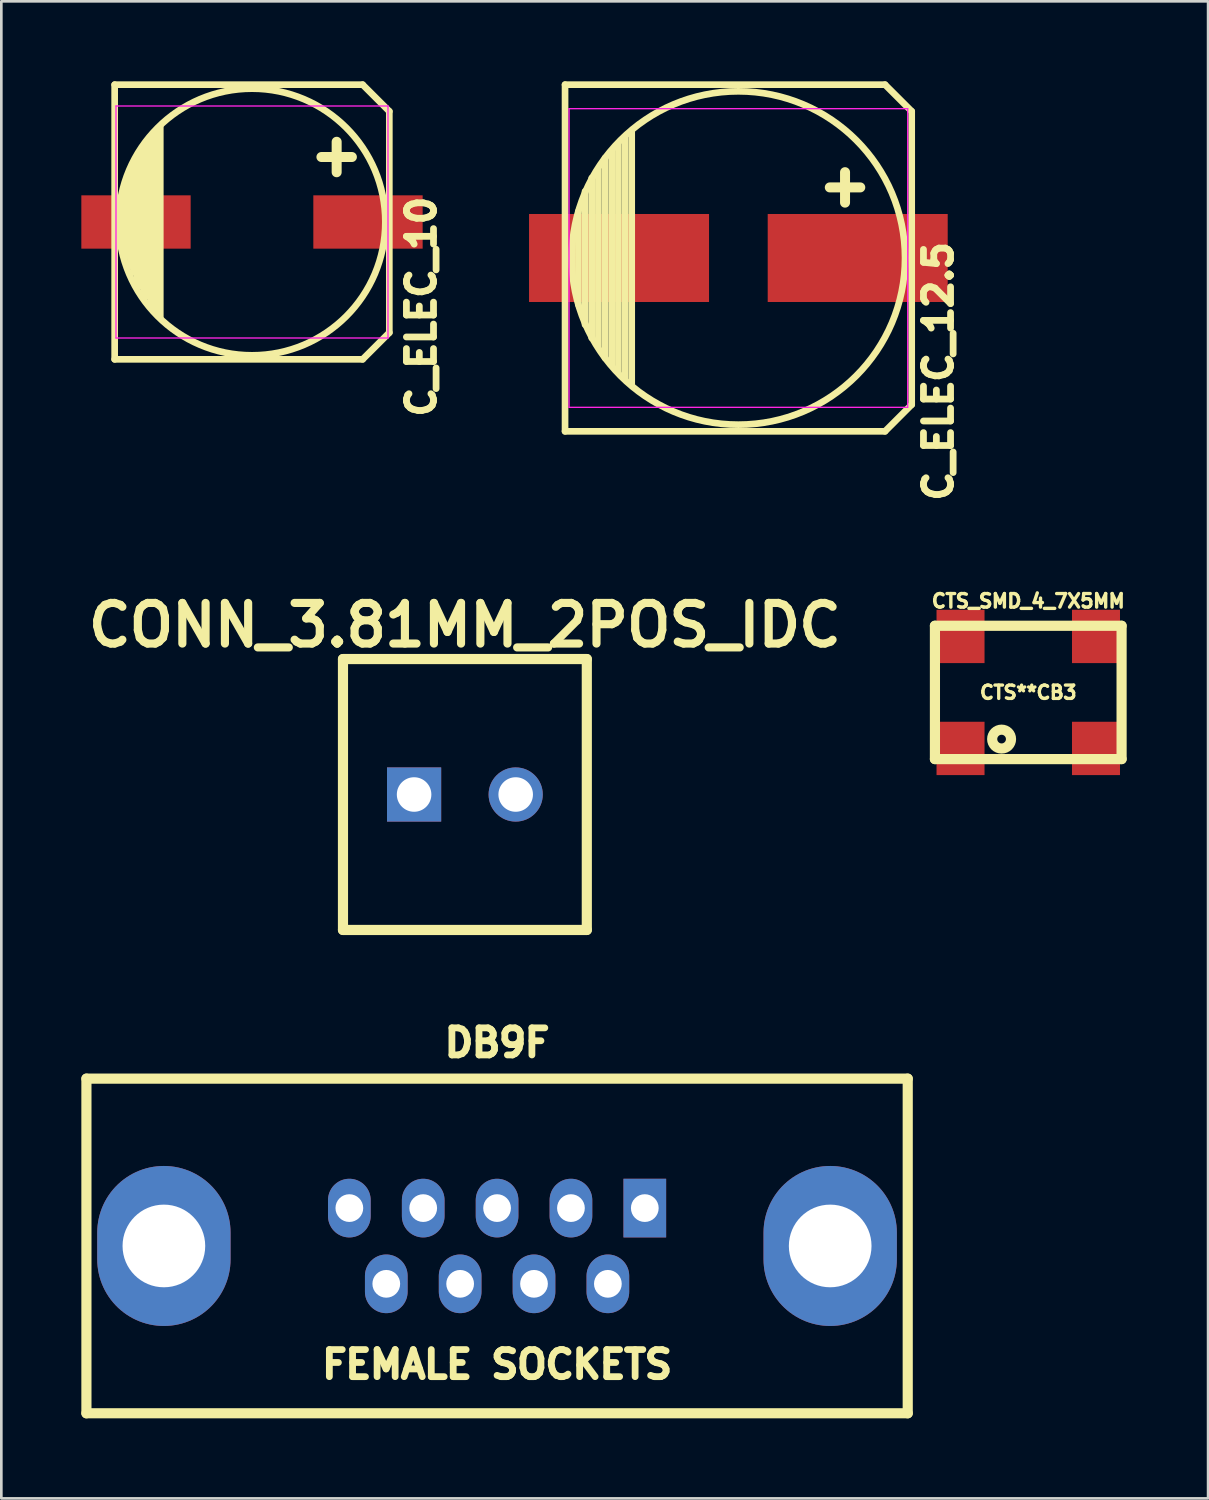
<source format=kicad_pcb>
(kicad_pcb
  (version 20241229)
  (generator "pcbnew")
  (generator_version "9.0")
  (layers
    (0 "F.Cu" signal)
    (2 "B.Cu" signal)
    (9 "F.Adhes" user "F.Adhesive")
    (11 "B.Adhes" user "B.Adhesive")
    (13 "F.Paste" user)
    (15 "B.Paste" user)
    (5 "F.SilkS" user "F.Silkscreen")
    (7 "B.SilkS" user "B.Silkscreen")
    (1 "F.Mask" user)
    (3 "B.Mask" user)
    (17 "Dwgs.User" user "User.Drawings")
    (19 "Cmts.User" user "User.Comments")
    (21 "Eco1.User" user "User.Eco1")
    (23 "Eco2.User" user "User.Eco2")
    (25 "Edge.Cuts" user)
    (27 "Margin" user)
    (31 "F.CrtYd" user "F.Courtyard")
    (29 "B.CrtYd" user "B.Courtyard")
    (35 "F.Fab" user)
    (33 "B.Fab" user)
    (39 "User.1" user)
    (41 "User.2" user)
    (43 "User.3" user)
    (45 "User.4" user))
  (footprint "CTS_SMD_4_7X5MM"
    (layer "F.Cu")
    (at 35.511 22.917)
    (property "Reference" "CTS_SMD_4_7X5MM" (at 0 -3.429 0) (layer "F.SilkS") (effects (font (size 0.508 0.508) (thickness 0.127))))
    (attr through_hole)
    (fp_line (start -3.5 -2.5) (end -3.5 2.5) (stroke (width 0.381) (type solid)) (layer "F.SilkS"))
    (fp_line (start -3.5 2.5) (end 3.5 2.5) (stroke (width 0.381) (type solid)) (layer "F.SilkS"))
    (fp_line (start 3.5 -2.5) (end -3.5 -2.5) (stroke (width 0.381) (type solid)) (layer "F.SilkS"))
    (fp_line (start 3.5 2.5) (end 3.5 -2.5) (stroke (width 0.381) (type solid)) (layer "F.SilkS"))
    (fp_circle (center -1 1.75) (end -0.75 1.5) (stroke (width 0.381) (type solid)) (fill no) (layer "F.SilkS"))
    (fp_text user "CTS**CB3" (at 0 0 0) (layer "F.SilkS") (effects (font (size 0.5 0.5) (thickness 0.125))))
    (pad "1" smd rect (at -2.54 2.1) (size 1.8 2) (layers "F.Cu" "F.Mask" "F.Paste"))
    (pad "2" smd rect (at 2.54 2.1) (size 1.8 2) (layers "F.Cu" "F.Mask" "F.Paste"))
    (pad "3" smd rect (at 2.54 -2.1) (size 1.8 2) (layers "F.Cu" "F.Mask" "F.Paste"))
    (pad "4" smd rect (at -2.54 -2.1) (size 1.8 2) (layers "F.Cu" "F.Mask" "F.Paste")))
  (footprint "C_ELEC_12.5"
    (layer "F.Cu")
    (at 24.64 6.625)
    (property "Reference" "C_ELEC_12.5" (at 7.5 4.25 90) (layer "F.SilkS") (effects (font (size 1.016 1.016) (thickness 0.254))))
    (attr smd)
    (fp_line (start -6.5 -6.5) (end -6.5 6.5) (stroke (width 0.25) (type solid)) (layer "F.SilkS"))
    (fp_line (start -6.5 -6.5) (end 5.5 -6.5) (stroke (width 0.25) (type solid)) (layer "F.SilkS"))
    (fp_line (start -6 -1.75) (end -6 1.75) (stroke (width 0.25) (type solid)) (layer "F.SilkS"))
    (fp_line (start -5.75 -2.5) (end -5.75 2.5) (stroke (width 0.25) (type solid)) (layer "F.SilkS"))
    (fp_line (start -5.5 -3) (end -5.5 3) (stroke (width 0.25) (type solid)) (layer "F.SilkS"))
    (fp_line (start -5.25 -3.3) (end -5.25 3.3) (stroke (width 0.25) (type solid)) (layer "F.SilkS"))
    (fp_line (start -5 -3.75) (end -5 3.75) (stroke (width 0.25) (type solid)) (layer "F.SilkS"))
    (fp_line (start -4.75 -4) (end -4.75 4) (stroke (width 0.25) (type solid)) (layer "F.SilkS"))
    (fp_line (start -4.5 -4.25) (end -4.5 4.25) (stroke (width 0.25) (type solid)) (layer "F.SilkS"))
    (fp_line (start -4.25 -4.5) (end -4.25 4.5) (stroke (width 0.25) (type solid)) (layer "F.SilkS"))
    (fp_line (start -4 -4.75) (end -4 4.75) (stroke (width 0.25) (type solid)) (layer "F.SilkS"))
    (fp_line (start 5.5 -6.5) (end 6.5 -5.5) (stroke (width 0.25) (type solid)) (layer "F.SilkS"))
    (fp_line (start 5.5 6.5) (end -6.5 6.5) (stroke (width 0.25) (type solid)) (layer "F.SilkS"))
    (fp_line (start 6.5 -5.5) (end 6.5 5.5) (stroke (width 0.25) (type solid)) (layer "F.SilkS"))
    (fp_line (start 6.5 5.5) (end 5.5 6.5) (stroke (width 0.25) (type solid)) (layer "F.SilkS"))
    (fp_circle (center 0 0) (end 6.25 0) (stroke (width 0.25) (type solid)) (fill no) (layer "F.SilkS"))
    (fp_line (start -6.35 -5.6) (end 6.35 -5.6) (stroke (width 0.05) (type solid)) (layer "F.CrtYd"))
    (fp_line (start -6.35 5.6) (end -6.35 -5.6) (stroke (width 0.05) (type solid)) (layer "F.CrtYd"))
    (fp_line (start 6.35 -5.6) (end 6.35 5.6) (stroke (width 0.05) (type solid)) (layer "F.CrtYd"))
    (fp_line (start 6.35 5.6) (end -6.35 5.6) (stroke (width 0.05) (type solid)) (layer "F.CrtYd"))
    (fp_text user "+" (at 4 -2.75 0) (layer "F.SilkS") (effects (font (size 1.5 1.5) (thickness 0.375))))
    (pad "1" smd rect (at 4.475 0) (size 6.75 3.3) (layers "F.Cu" "F.Mask" "F.Paste"))
    (pad "2" smd rect (at -4.475 0) (size 6.75 3.3) (layers "F.Cu" "F.Mask" "F.Paste")))
  (footprint "DB9F"
    (layer "F.Cu")
    (at 15.591 43.675)
    (property "Reference" "DB9F" (at 0 -7.62 0) (layer "F.SilkS") (effects (font (size 1.016 1.016) (thickness 0.254))))
    (attr through_hole)
    (fp_line (start -15.4 -6.275) (end -15.4 6.275) (stroke (width 0.381) (type solid)) (layer "F.SilkS"))
    (fp_line (start -15.4 6.275) (end 15.4 6.275) (stroke (width 0.381) (type solid)) (layer "F.SilkS"))
    (fp_line (start 15.4 -6.275) (end -15.4 -6.275) (stroke (width 0.381) (type solid)) (layer "F.SilkS"))
    (fp_line (start 15.4 6.275) (end 15.4 -6.275) (stroke (width 0.381) (type solid)) (layer "F.SilkS"))
    (fp_text user "FEMALE SOCKETS" (at 0 4.445 0) (layer "F.SilkS") (effects (font (size 1.016 1.016) (thickness 0.254))))
    (pad "" thru_hole oval (at -12.495 0) (size 5 6) (drill 3.1) (layers "*.Cu" "*.Mask"))
    (pad "" thru_hole oval (at 12.492 0) (size 5 6) (drill 3.1) (layers "*.Cu" "*.Mask"))
    (pad "1" thru_hole rect (at 5.54 -1.42) (size 1.6 2.2) (drill 1.04) (layers "*.Cu" "*.Mask"))
    (pad "2" thru_hole oval (at 2.77 -1.42) (size 1.6 2.2) (drill 1.04) (layers "*.Cu" "*.Mask"))
    (pad "3" thru_hole oval (at 0 -1.42) (size 1.6 2.2) (drill 1.04) (layers "*.Cu" "*.Mask"))
    (pad "4" thru_hole oval (at -2.77 -1.42) (size 1.6 2.2) (drill 1.04) (layers "*.Cu" "*.Mask"))
    (pad "5" thru_hole oval (at -5.54 -1.42) (size 1.6 2.2) (drill 1.04) (layers "*.Cu" "*.Mask"))
    (pad "6" thru_hole oval (at 4.155 1.42) (size 1.6 2.2) (drill 1.04) (layers "*.Cu" "*.Mask"))
    (pad "7" thru_hole oval (at 1.385 1.42) (size 1.6 2.2) (drill 1.04) (layers "*.Cu" "*.Mask"))
    (pad "8" thru_hole oval (at -1.385 1.42) (size 1.6 2.2) (drill 1.04) (layers "*.Cu" "*.Mask"))
    (pad "9" thru_hole oval (at -4.155 1.42) (size 1.6 2.2) (drill 1.04) (layers "*.Cu" "*.Mask")))
  (footprint "CONN_3.81MM_2POS_IDC"
    (layer "F.Cu")
    (at 14.384 26.745)
    (property "Reference" "CONN_3.81MM_2POS_IDC" (at 0 -6.35 0) (layer "F.SilkS") (effects (font (size 1.524 1.524) (thickness 0.305))))
    (attr through_hole)
    (fp_line (start -4.572 -5.08) (end -4.572 5.08) (stroke (width 0.381) (type solid)) (layer "F.SilkS"))
    (fp_line (start -4.572 5.08) (end 4.572 5.08) (stroke (width 0.381) (type solid)) (layer "F.SilkS"))
    (fp_line (start 4.572 -5.08) (end -4.572 -5.08) (stroke (width 0.381) (type solid)) (layer "F.SilkS"))
    (fp_line (start 4.572 5.08) (end 4.572 -5.08) (stroke (width 0.381) (type solid)) (layer "F.SilkS"))
    (pad "1" thru_hole rect (at -1.905 0) (size 2.032 2.032) (drill 1.295) (layers "*.Cu" "*.Mask"))
    (pad "2" thru_hole circle (at 1.905 0) (size 2.032 2.032) (drill 1.295) (layers "*.Cu" "*.Mask")))
  (footprint "C_ELEC_10"
    (layer "F.Cu")
    (at 6.4 5.275)
    (property "Reference" "C_ELEC_10" (at 6.35 3.175 90) (layer "F.SilkS") (effects (font (size 1.016 1.016) (thickness 0.254))))
    (attr smd)
    (fp_line (start -5.15 -5.15) (end -5.15 5.15) (stroke (width 0.25) (type solid)) (layer "F.SilkS"))
    (fp_line (start -5.15 -5.15) (end 4.15 -5.15) (stroke (width 0.25) (type solid)) (layer "F.SilkS"))
    (fp_line (start -4.826 -0.889) (end -4.826 0.762) (stroke (width 0.229) (type solid)) (layer "F.SilkS"))
    (fp_line (start -4.699 -1.397) (end -4.699 1.27) (stroke (width 0.229) (type solid)) (layer "F.SilkS"))
    (fp_line (start -4.572 -1.778) (end -4.572 1.651) (stroke (width 0.229) (type solid)) (layer "F.SilkS"))
    (fp_line (start -4.445 -2.032) (end -4.445 1.905) (stroke (width 0.229) (type solid)) (layer "F.SilkS"))
    (fp_line (start -4.318 -2.286) (end -4.318 2.286) (stroke (width 0.229) (type solid)) (layer "F.SilkS"))
    (fp_line (start -4.191 -2.54) (end -4.191 2.413) (stroke (width 0.229) (type solid)) (layer "F.SilkS"))
    (fp_line (start -4.064 -2.667) (end -4.064 2.667) (stroke (width 0.229) (type solid)) (layer "F.SilkS"))
    (fp_line (start -3.937 -2.921) (end -3.937 2.794) (stroke (width 0.229) (type solid)) (layer "F.SilkS"))
    (fp_line (start -3.81 -3.048) (end -3.81 3.048) (stroke (width 0.229) (type solid)) (layer "F.SilkS"))
    (fp_line (start -3.683 -3.302) (end -3.683 3.175) (stroke (width 0.229) (type solid)) (layer "F.SilkS"))
    (fp_line (start -3.556 -3.429) (end -3.556 3.429) (stroke (width 0.229) (type solid)) (layer "F.SilkS"))
    (fp_line (start -3.429 -3.556) (end -3.429 3.556) (stroke (width 0.229) (type solid)) (layer "F.SilkS"))
    (fp_line (start 4.15 -5.15) (end 5.15 -4.15) (stroke (width 0.25) (type solid)) (layer "F.SilkS"))
    (fp_line (start 4.15 5.15) (end -5.15 5.15) (stroke (width 0.25) (type solid)) (layer "F.SilkS"))
    (fp_line (start 5.15 -4.15) (end 5.15 4.15) (stroke (width 0.25) (type solid)) (layer "F.SilkS"))
    (fp_line (start 5.15 4.15) (end 4.15 5.15) (stroke (width 0.25) (type solid)) (layer "F.SilkS"))
    (fp_circle (center 0 0) (end 5 0) (stroke (width 0.25) (type solid)) (fill no) (layer "F.SilkS"))
    (fp_line (start -5.1 -4.35) (end 5.1 -4.35) (stroke (width 0.05) (type solid)) (layer "F.CrtYd"))
    (fp_line (start -5.1 4.35) (end -5.1 -4.35) (stroke (width 0.05) (type solid)) (layer "F.CrtYd"))
    (fp_line (start 5.1 -4.35) (end 5.1 4.35) (stroke (width 0.05) (type solid)) (layer "F.CrtYd"))
    (fp_line (start 5.1 4.35) (end -5.1 4.35) (stroke (width 0.05) (type solid)) (layer "F.CrtYd"))
    (fp_text user "+" (at 3.175 -2.54 0) (layer "F.SilkS") (effects (font (size 1.5 1.5) (thickness 0.375))))
    (pad "1" smd rect (at 4.35 0) (size 4.1 2) (layers "F.Cu" "F.Mask" "F.Paste"))
    (pad "2" smd rect (at -4.35 0) (size 4.1 2) (layers "F.Cu" "F.Mask" "F.Paste")))
  (gr_rect
    (start -3 -3)
    (end 42.255 53.141)
    (stroke (width 0.1) (type default))
    (fill no)
    (layer "Edge.Cuts")))
</source>
